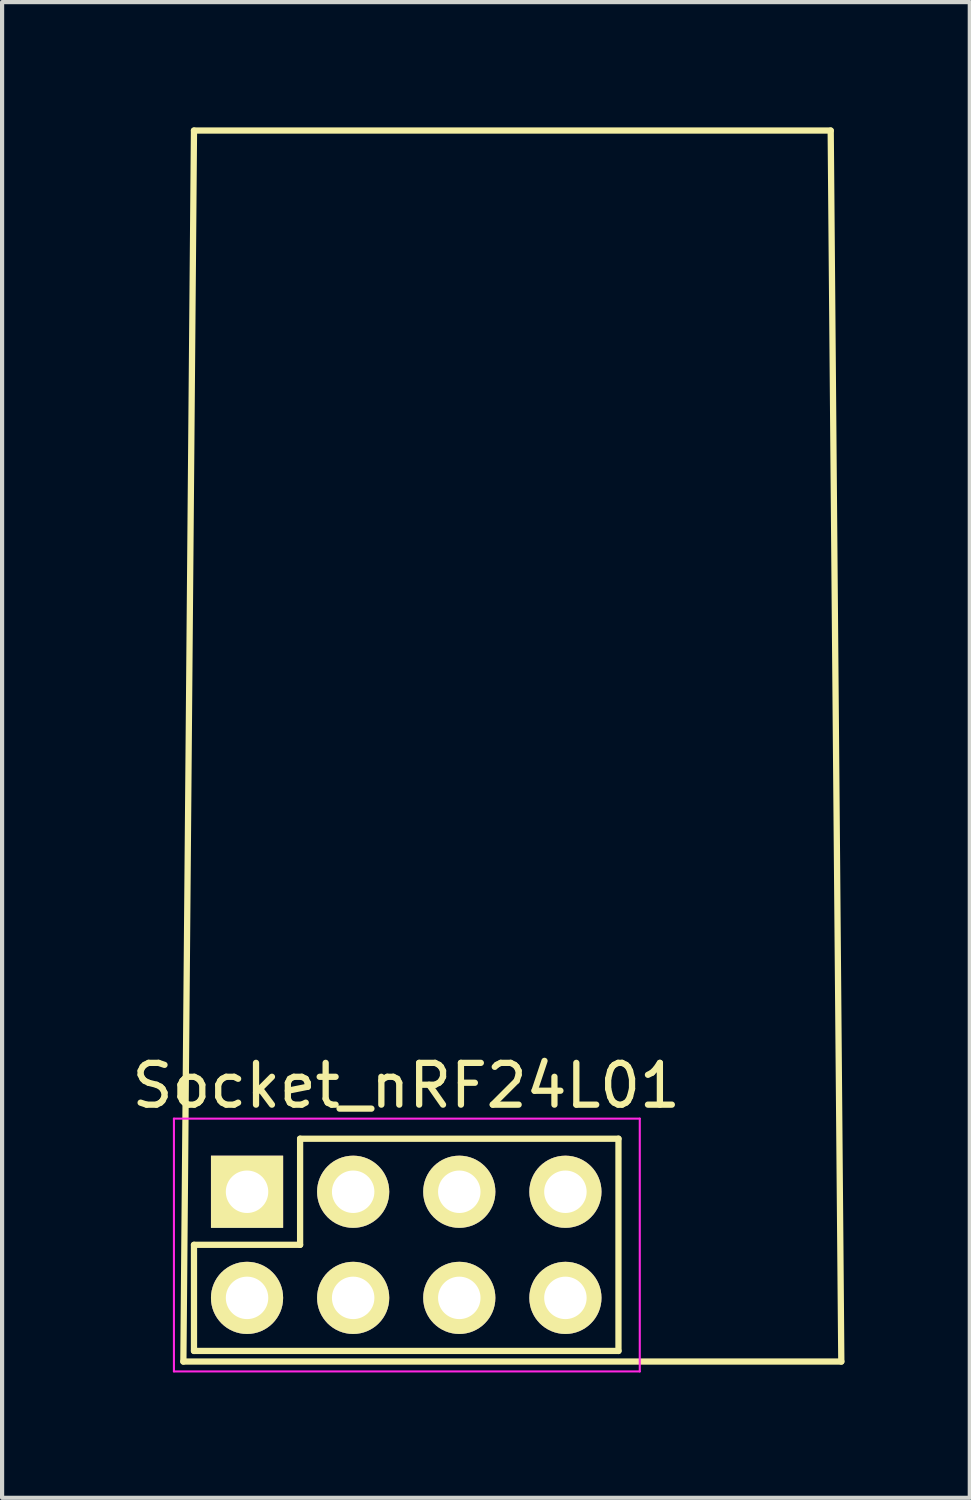
<source format=kicad_pcb>
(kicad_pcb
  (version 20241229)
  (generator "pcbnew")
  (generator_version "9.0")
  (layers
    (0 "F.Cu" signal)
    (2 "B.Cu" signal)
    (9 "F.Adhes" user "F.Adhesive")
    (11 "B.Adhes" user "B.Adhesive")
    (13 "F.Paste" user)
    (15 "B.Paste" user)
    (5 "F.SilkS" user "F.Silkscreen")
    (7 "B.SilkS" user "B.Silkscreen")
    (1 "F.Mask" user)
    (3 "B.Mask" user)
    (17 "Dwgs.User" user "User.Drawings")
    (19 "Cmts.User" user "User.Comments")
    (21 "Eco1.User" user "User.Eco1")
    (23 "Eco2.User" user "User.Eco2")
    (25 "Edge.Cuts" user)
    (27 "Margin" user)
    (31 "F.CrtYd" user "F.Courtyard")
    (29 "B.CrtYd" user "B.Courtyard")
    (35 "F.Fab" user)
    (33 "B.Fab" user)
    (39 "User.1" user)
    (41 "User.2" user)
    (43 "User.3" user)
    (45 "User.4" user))
  (footprint "Socket_nRF24L01"
    (layer "F.Cu")
    (at 2.863 25.475)
    (property "Reference" "Socket_nRF24L01" (at 3.81 -2.54 0) (layer "F.SilkS") (effects (font (size 1 1) (thickness 0.15))))
    (attr through_hole)
    (fp_line (start -1.524 4.064) (end -1.27 -25.4) (stroke (width 0.15) (type solid)) (layer "F.SilkS"))
    (fp_line (start -1.27 -25.4) (end 13.97 -25.4) (stroke (width 0.15) (type solid)) (layer "F.SilkS"))
    (fp_line (start -1.27 1.27) (end 1.27 1.27) (stroke (width 0.15) (type solid)) (layer "F.SilkS"))
    (fp_line (start -1.27 3.81) (end -1.27 1.27) (stroke (width 0.15) (type solid)) (layer "F.SilkS"))
    (fp_line (start 1.27 -1.27) (end 8.89 -1.27) (stroke (width 0.15) (type solid)) (layer "F.SilkS"))
    (fp_line (start 1.27 1.27) (end 1.27 -1.27) (stroke (width 0.15) (type solid)) (layer "F.SilkS"))
    (fp_line (start 8.89 -1.27) (end 8.89 3.81) (stroke (width 0.15) (type solid)) (layer "F.SilkS"))
    (fp_line (start 8.89 3.81) (end -1.27 3.81) (stroke (width 0.15) (type solid)) (layer "F.SilkS"))
    (fp_line (start 13.97 -25.4) (end 14.224 4.064) (stroke (width 0.15) (type solid)) (layer "F.SilkS"))
    (fp_line (start 14.224 4.064) (end -1.524 4.064) (stroke (width 0.15) (type solid)) (layer "F.SilkS"))
    (fp_line (start -1.75 -1.75) (end -1.75 4.3) (stroke (width 0.05) (type solid)) (layer "F.CrtYd"))
    (fp_line (start -1.75 -1.75) (end 9.4 -1.75) (stroke (width 0.05) (type solid)) (layer "F.CrtYd"))
    (fp_line (start -1.75 4.3) (end 9.4 4.3) (stroke (width 0.05) (type solid)) (layer "F.CrtYd"))
    (fp_line (start 9.4 -1.75) (end 9.4 4.3) (stroke (width 0.05) (type solid)) (layer "F.CrtYd"))
    (pad "1" thru_hole oval (at 0 2.54) (size 1.727 1.727) (drill 1.016) (layers "*.Cu" "*.Mask" "F.SilkS"))
    (pad "2" thru_hole rect (at 0 0) (size 1.727 1.727) (drill 1.016) (layers "*.Cu" "*.Mask" "F.SilkS"))
    (pad "3" thru_hole oval (at 2.54 2.54) (size 1.727 1.727) (drill 1.016) (layers "*.Cu" "*.Mask" "F.SilkS"))
    (pad "4" thru_hole oval (at 2.54 0) (size 1.727 1.727) (drill 1.016) (layers "*.Cu" "*.Mask" "F.SilkS"))
    (pad "5" thru_hole oval (at 5.08 2.54) (size 1.727 1.727) (drill 1.016) (layers "*.Cu" "*.Mask" "F.SilkS"))
    (pad "6" thru_hole oval (at 5.08 0) (size 1.727 1.727) (drill 1.016) (layers "*.Cu" "*.Mask" "F.SilkS"))
    (pad "7" thru_hole oval (at 7.62 2.54) (size 1.727 1.727) (drill 1.016) (layers "*.Cu" "*.Mask" "F.SilkS"))
    (pad "8" thru_hole oval (at 7.62 0) (size 1.727 1.727) (drill 1.016) (layers "*.Cu" "*.Mask" "F.SilkS")))
  (gr_rect
    (start -3 -3)
    (end 20.162 32.8)
    (stroke (width 0.1) (type default))
    (fill no)
    (layer "Edge.Cuts")))
</source>
